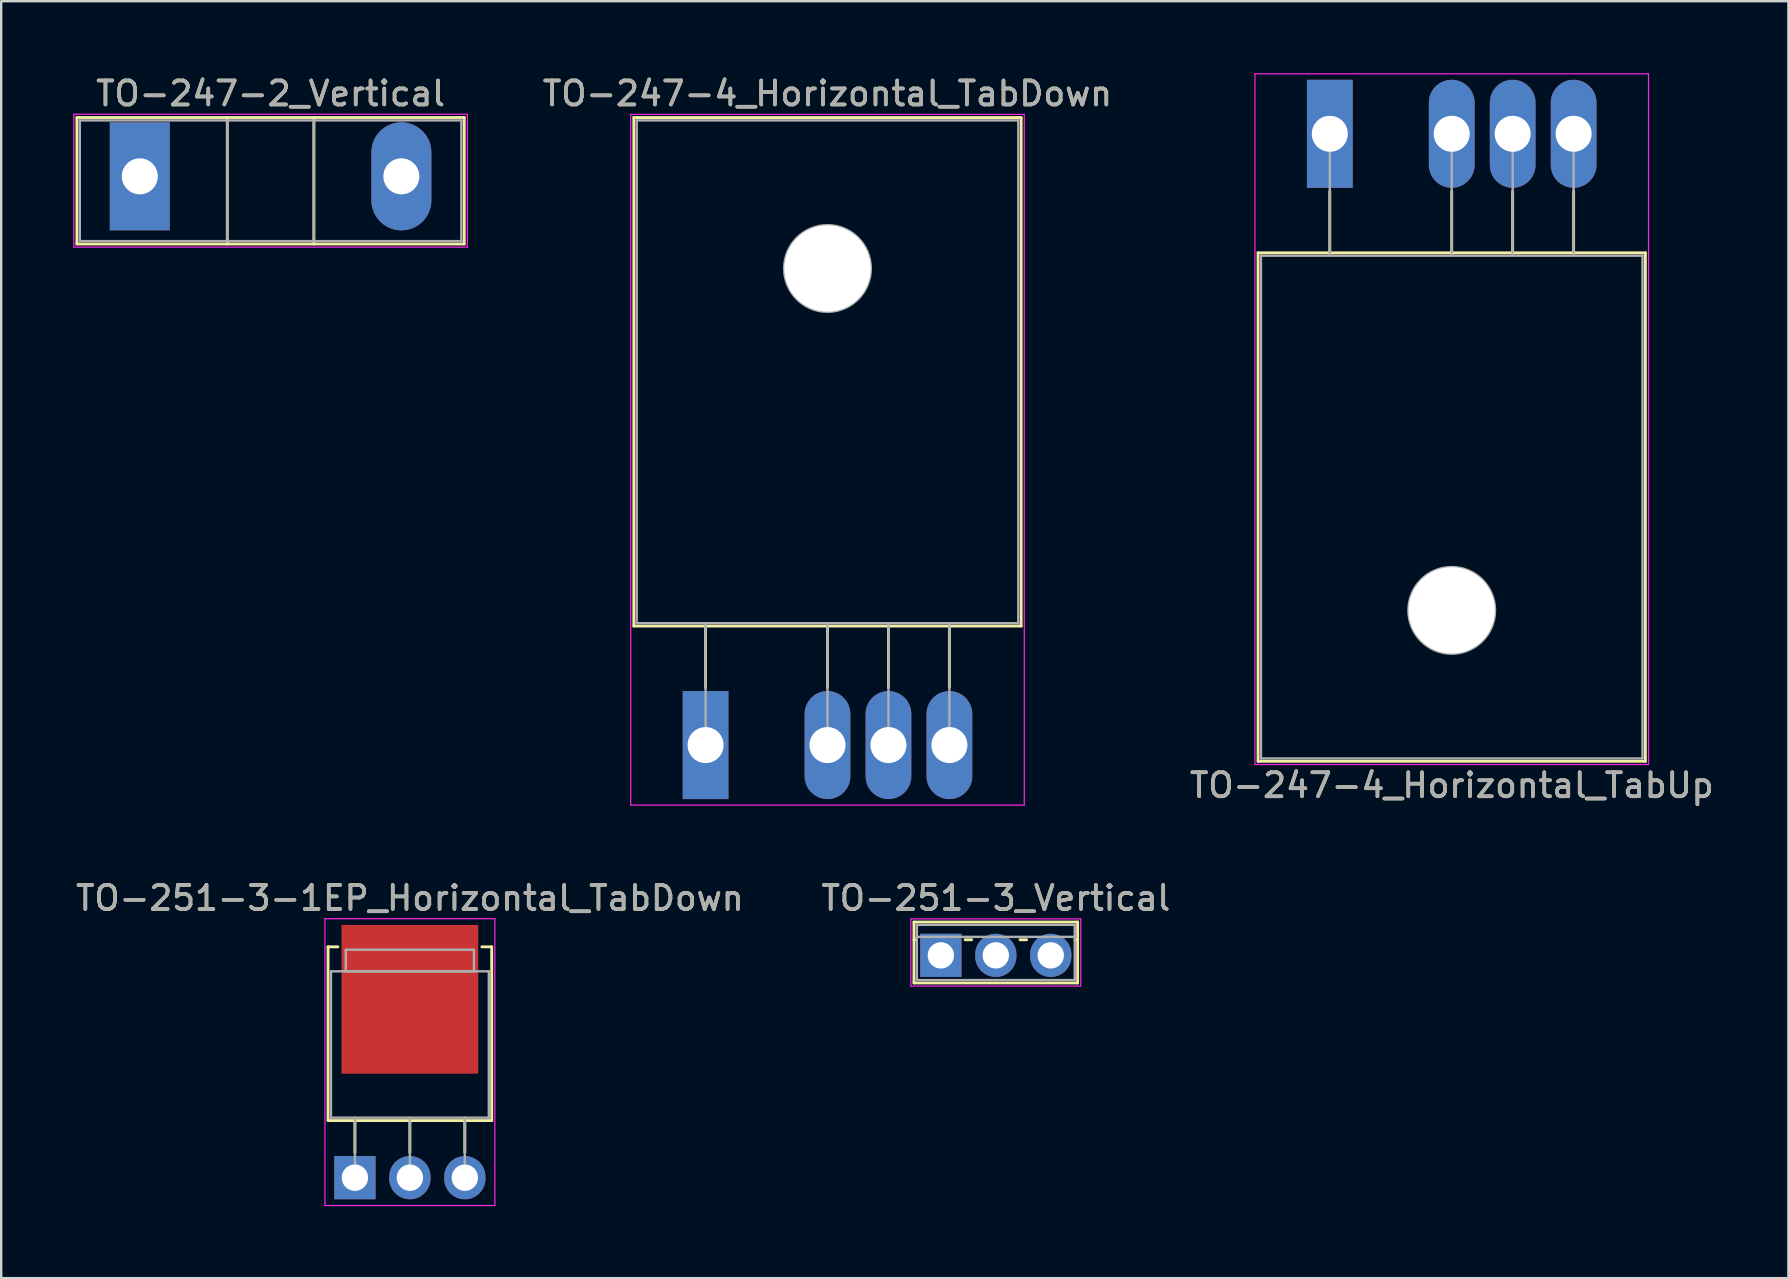
<source format=kicad_pcb>
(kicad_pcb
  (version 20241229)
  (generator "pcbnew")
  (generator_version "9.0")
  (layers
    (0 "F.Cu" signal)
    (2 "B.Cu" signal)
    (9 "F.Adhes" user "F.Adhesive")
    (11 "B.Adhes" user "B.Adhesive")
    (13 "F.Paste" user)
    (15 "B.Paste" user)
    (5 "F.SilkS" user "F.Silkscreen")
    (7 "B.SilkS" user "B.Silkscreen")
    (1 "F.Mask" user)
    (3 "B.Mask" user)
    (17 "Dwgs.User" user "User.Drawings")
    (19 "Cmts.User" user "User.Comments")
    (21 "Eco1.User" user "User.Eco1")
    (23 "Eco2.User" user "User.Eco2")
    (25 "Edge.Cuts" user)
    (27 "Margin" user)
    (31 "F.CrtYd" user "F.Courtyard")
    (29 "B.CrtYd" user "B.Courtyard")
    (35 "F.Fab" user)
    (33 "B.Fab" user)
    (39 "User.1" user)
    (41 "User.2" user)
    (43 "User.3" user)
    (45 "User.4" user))
  (footprint "TO-247-2_Vertical"
    (layer "F.Cu")
    (at 2.775 4.298)
    (property "Reference" "TO-247-2_Vertical" (at 5.45 -3.45 0) (layer "F.SilkS") (effects (font (size 1 1) (thickness 0.15))))
    (attr through_hole)
    (fp_line (start -2.62 -2.451) (end -2.62 2.82) (stroke (width 0.12) (type solid)) (layer "F.SilkS"))
    (fp_line (start -2.62 -2.451) (end 13.52 -2.451) (stroke (width 0.12) (type solid)) (layer "F.SilkS"))
    (fp_line (start -2.62 2.82) (end 13.52 2.82) (stroke (width 0.12) (type solid)) (layer "F.SilkS"))
    (fp_line (start 3.646 -2.451) (end 3.646 2.82) (stroke (width 0.12) (type solid)) (layer "F.SilkS"))
    (fp_line (start 7.255 -2.451) (end 7.255 2.82) (stroke (width 0.12) (type solid)) (layer "F.SilkS"))
    (fp_line (start 13.52 -2.451) (end 13.52 2.82) (stroke (width 0.12) (type solid)) (layer "F.SilkS"))
    (fp_line (start -2.75 -2.59) (end -2.75 2.95) (stroke (width 0.05) (type solid)) (layer "F.CrtYd"))
    (fp_line (start -2.75 2.95) (end 13.65 2.95) (stroke (width 0.05) (type solid)) (layer "F.CrtYd"))
    (fp_line (start 13.65 -2.59) (end -2.75 -2.59) (stroke (width 0.05) (type solid)) (layer "F.CrtYd"))
    (fp_line (start 13.65 2.95) (end 13.65 -2.59) (stroke (width 0.05) (type solid)) (layer "F.CrtYd"))
    (fp_line (start -2.5 -2.33) (end -2.5 2.7) (stroke (width 0.1) (type solid)) (layer "F.Fab"))
    (fp_line (start -2.5 2.7) (end 13.4 2.7) (stroke (width 0.1) (type solid)) (layer "F.Fab"))
    (fp_line (start 3.645 -2.33) (end 3.645 2.7) (stroke (width 0.1) (type solid)) (layer "F.Fab"))
    (fp_line (start 7.255 -2.33) (end 7.255 2.7) (stroke (width 0.1) (type solid)) (layer "F.Fab"))
    (fp_line (start 13.4 -2.33) (end -2.5 -2.33) (stroke (width 0.1) (type solid)) (layer "F.Fab"))
    (fp_line (start 13.4 2.7) (end 13.4 -2.33) (stroke (width 0.1) (type solid)) (layer "F.Fab"))
    (fp_text user "${REFERENCE}" (at 5.45 -3.45 0) (layer "F.Fab") (effects (font (size 1 1) (thickness 0.15))))
    (pad "1" thru_hole rect (at 0 0) (size 2.5 4.5) (drill 1.5) (layers "*.Cu" "*.Mask"))
    (pad "2" thru_hole oval (at 10.9 0) (size 2.5 4.5) (drill 1.5) (layers "*.Cu" "*.Mask")))
  (footprint "TO-247-4_Horizontal_TabDown"
    (layer "F.Cu")
    (at 26.352 27.998)
    (property "Reference" "TO-247-4_Horizontal_TabDown" (at 5.08 -27.15 0) (layer "F.SilkS") (effects (font (size 1 1) (thickness 0.15))))
    (attr through_hole)
    (fp_line (start -2.99 -26.15) (end -2.99 -4.96) (stroke (width 0.12) (type solid)) (layer "F.SilkS"))
    (fp_line (start -2.99 -26.15) (end 13.15 -26.15) (stroke (width 0.12) (type solid)) (layer "F.SilkS"))
    (fp_line (start -2.99 -4.96) (end 13.15 -4.96) (stroke (width 0.12) (type solid)) (layer "F.SilkS"))
    (fp_line (start 0 -4.96) (end 0 -2.4) (stroke (width 0.12) (type solid)) (layer "F.SilkS"))
    (fp_line (start 5.08 -4.96) (end 5.08 -2.4) (stroke (width 0.12) (type solid)) (layer "F.SilkS"))
    (fp_line (start 7.62 -4.96) (end 7.62 -2.4) (stroke (width 0.12) (type solid)) (layer "F.SilkS"))
    (fp_line (start 10.16 -4.96) (end 10.16 -2.4) (stroke (width 0.12) (type solid)) (layer "F.SilkS"))
    (fp_line (start 13.15 -26.15) (end 13.15 -4.96) (stroke (width 0.12) (type solid)) (layer "F.SilkS"))
    (fp_line (start -3.12 -26.28) (end -3.12 2.5) (stroke (width 0.05) (type solid)) (layer "F.CrtYd"))
    (fp_line (start -3.12 2.5) (end 13.28 2.5) (stroke (width 0.05) (type solid)) (layer "F.CrtYd"))
    (fp_line (start 13.28 -26.28) (end -3.12 -26.28) (stroke (width 0.05) (type solid)) (layer "F.CrtYd"))
    (fp_line (start 13.28 2.5) (end 13.28 -26.28) (stroke (width 0.05) (type solid)) (layer "F.CrtYd"))
    (fp_line (start -2.87 -26.03) (end 13.03 -26.03) (stroke (width 0.1) (type solid)) (layer "F.Fab"))
    (fp_line (start -2.87 -5.08) (end -2.87 -26.03) (stroke (width 0.1) (type solid)) (layer "F.Fab"))
    (fp_line (start 0 -5.08) (end 0 0) (stroke (width 0.1) (type solid)) (layer "F.Fab"))
    (fp_line (start 5.08 -5.08) (end 5.08 0) (stroke (width 0.1) (type solid)) (layer "F.Fab"))
    (fp_line (start 7.62 -5.08) (end 7.62 0) (stroke (width 0.1) (type solid)) (layer "F.Fab"))
    (fp_line (start 10.16 -5.08) (end 10.16 0) (stroke (width 0.1) (type solid)) (layer "F.Fab"))
    (fp_line (start 13.03 -26.03) (end 13.03 -5.08) (stroke (width 0.1) (type solid)) (layer "F.Fab"))
    (fp_line (start 13.03 -5.08) (end -2.87 -5.08) (stroke (width 0.1) (type solid)) (layer "F.Fab"))
    (fp_circle (center 5.08 -19.86) (end 6.885 -19.86) (stroke (width 0.1) (type solid)) (fill no) (layer "F.Fab"))
    (fp_text user "${REFERENCE}" (at 5.08 -27.15 0) (layer "F.Fab") (effects (font (size 1 1) (thickness 0.15))))
    (pad "" np_thru_hole oval (at 5.08 -19.86) (size 3.6 3.6) (drill 3.6) (layers "*.Cu" "*.Mask"))
    (pad "1" thru_hole rect (at 0 0) (size 1.905 4.5) (drill 1.5) (layers "*.Cu" "*.Mask"))
    (pad "2" thru_hole oval (at 5.08 0) (size 1.905 4.5) (drill 1.5) (layers "*.Cu" "*.Mask"))
    (pad "3" thru_hole oval (at 7.62 0) (size 1.905 4.5) (drill 1.5) (layers "*.Cu" "*.Mask"))
    (pad "4" thru_hole oval (at 10.16 0) (size 1.905 4.5) (drill 1.5) (layers "*.Cu" "*.Mask")))
  (footprint "TO-247-4_Horizontal_TabUp"
    (layer "F.Cu")
    (at 52.364 2.525)
    (property "Reference" "TO-247-4_Horizontal_TabUp" (at 5.08 27.15 0) (layer "F.SilkS") (effects (font (size 1 1) (thickness 0.15))))
    (attr through_hole)
    (fp_line (start -2.99 4.96) (end -2.99 26.15) (stroke (width 0.12) (type solid)) (layer "F.SilkS"))
    (fp_line (start -2.99 4.96) (end 13.15 4.96) (stroke (width 0.12) (type solid)) (layer "F.SilkS"))
    (fp_line (start -2.99 26.15) (end 13.15 26.15) (stroke (width 0.12) (type solid)) (layer "F.SilkS"))
    (fp_line (start 0 2.4) (end 0 4.96) (stroke (width 0.12) (type solid)) (layer "F.SilkS"))
    (fp_line (start 5.08 2.4) (end 5.08 4.96) (stroke (width 0.12) (type solid)) (layer "F.SilkS"))
    (fp_line (start 7.62 2.4) (end 7.62 4.96) (stroke (width 0.12) (type solid)) (layer "F.SilkS"))
    (fp_line (start 10.16 2.4) (end 10.16 4.96) (stroke (width 0.12) (type solid)) (layer "F.SilkS"))
    (fp_line (start 13.15 4.96) (end 13.15 26.15) (stroke (width 0.12) (type solid)) (layer "F.SilkS"))
    (fp_line (start -3.12 -2.5) (end -3.12 26.28) (stroke (width 0.05) (type solid)) (layer "F.CrtYd"))
    (fp_line (start -3.12 26.28) (end 13.28 26.28) (stroke (width 0.05) (type solid)) (layer "F.CrtYd"))
    (fp_line (start 13.28 -2.5) (end -3.12 -2.5) (stroke (width 0.05) (type solid)) (layer "F.CrtYd"))
    (fp_line (start 13.28 26.28) (end 13.28 -2.5) (stroke (width 0.05) (type solid)) (layer "F.CrtYd"))
    (fp_line (start -2.87 5.08) (end -2.87 26.03) (stroke (width 0.1) (type solid)) (layer "F.Fab"))
    (fp_line (start -2.87 26.03) (end 13.03 26.03) (stroke (width 0.1) (type solid)) (layer "F.Fab"))
    (fp_line (start 0 5.08) (end 0 0) (stroke (width 0.1) (type solid)) (layer "F.Fab"))
    (fp_line (start 5.08 5.08) (end 5.08 0) (stroke (width 0.1) (type solid)) (layer "F.Fab"))
    (fp_line (start 7.62 5.08) (end 7.62 0) (stroke (width 0.1) (type solid)) (layer "F.Fab"))
    (fp_line (start 10.16 5.08) (end 10.16 0) (stroke (width 0.1) (type solid)) (layer "F.Fab"))
    (fp_line (start 13.03 5.08) (end -2.87 5.08) (stroke (width 0.1) (type solid)) (layer "F.Fab"))
    (fp_line (start 13.03 26.03) (end 13.03 5.08) (stroke (width 0.1) (type solid)) (layer "F.Fab"))
    (fp_circle (center 5.08 19.86) (end 6.885 19.86) (stroke (width 0.1) (type solid)) (fill no) (layer "F.Fab"))
    (fp_text user "${REFERENCE}" (at 5.08 27.15 0) (layer "F.Fab") (effects (font (size 1 1) (thickness 0.15))))
    (pad "" np_thru_hole oval (at 5.08 19.86) (size 3.6 3.6) (drill 3.6) (layers "*.Cu" "*.Mask"))
    (pad "1" thru_hole rect (at 0 0) (size 1.905 4.5) (drill 1.5) (layers "*.Cu" "*.Mask"))
    (pad "2" thru_hole oval (at 5.08 0) (size 1.905 4.5) (drill 1.5) (layers "*.Cu" "*.Mask"))
    (pad "3" thru_hole oval (at 7.62 0) (size 1.905 4.5) (drill 1.5) (layers "*.Cu" "*.Mask"))
    (pad "4" thru_hole oval (at 10.16 0) (size 1.905 4.5) (drill 1.5) (layers "*.Cu" "*.Mask")))
  (footprint "TO-251-3_Vertical"
    (layer "F.Cu")
    (at 36.156 36.761)
    (property "Reference" "TO-251-3_Vertical" (at 2.29 -2.39 0) (layer "F.SilkS") (effects (font (size 1 1) (thickness 0.15))))
    (attr through_hole)
    (fp_line (start -1.12 -1.39) (end -1.12 1.15) (stroke (width 0.12) (type solid)) (layer "F.SilkS"))
    (fp_line (start -1.12 -1.39) (end 5.7 -1.39) (stroke (width 0.12) (type solid)) (layer "F.SilkS"))
    (fp_line (start -1.12 -0.651) (end -1.009 -0.651) (stroke (width 0.12) (type solid)) (layer "F.SilkS"))
    (fp_line (start -1.12 1.15) (end 5.7 1.15) (stroke (width 0.12) (type solid)) (layer "F.SilkS"))
    (fp_line (start 1.009 -0.651) (end 1.282 -0.651) (stroke (width 0.12) (type solid)) (layer "F.SilkS"))
    (fp_line (start 3.299 -0.651) (end 3.572 -0.651) (stroke (width 0.12) (type solid)) (layer "F.SilkS"))
    (fp_line (start 5.589 -0.651) (end 5.7 -0.651) (stroke (width 0.12) (type solid)) (layer "F.SilkS"))
    (fp_line (start 5.7 -1.39) (end 5.7 1.15) (stroke (width 0.12) (type solid)) (layer "F.SilkS"))
    (fp_line (start -1.25 -1.52) (end -1.25 1.28) (stroke (width 0.05) (type solid)) (layer "F.CrtYd"))
    (fp_line (start -1.25 1.28) (end 5.83 1.28) (stroke (width 0.05) (type solid)) (layer "F.CrtYd"))
    (fp_line (start 5.83 -1.52) (end -1.25 -1.52) (stroke (width 0.05) (type solid)) (layer "F.CrtYd"))
    (fp_line (start 5.83 1.28) (end 5.83 -1.52) (stroke (width 0.05) (type solid)) (layer "F.CrtYd"))
    (fp_line (start -1 -1.27) (end -1 1.03) (stroke (width 0.1) (type solid)) (layer "F.Fab"))
    (fp_line (start -1 -0.77) (end 5.58 -0.77) (stroke (width 0.1) (type solid)) (layer "F.Fab"))
    (fp_line (start -1 1.03) (end 5.58 1.03) (stroke (width 0.1) (type solid)) (layer "F.Fab"))
    (fp_line (start 5.58 -1.27) (end -1 -1.27) (stroke (width 0.1) (type solid)) (layer "F.Fab"))
    (fp_line (start 5.58 1.03) (end 5.58 -1.27) (stroke (width 0.1) (type solid)) (layer "F.Fab"))
    (fp_text user "${REFERENCE}" (at 2.29 -2.39 0) (layer "F.Fab") (effects (font (size 1 1) (thickness 0.15))))
    (pad "1" thru_hole rect (at 0 0) (size 1.718 1.8) (drill 1.1) (layers "*.Cu" "*.Mask"))
    (pad "2" thru_hole oval (at 2.29 0) (size 1.718 1.8) (drill 1.1) (layers "*.Cu" "*.Mask"))
    (pad "3" thru_hole oval (at 4.58 0) (size 1.718 1.8) (drill 1.1) (layers "*.Cu" "*.Mask")))
  (footprint "TO-251-3-1EP_Horizontal_TabDown"
    (layer "F.Cu")
    (at 11.74 46.025)
    (property "Reference" "TO-251-3-1EP_Horizontal_TabDown" (at 2.29 -11.653 0) (layer "F.SilkS") (effects (font (size 1 1) (thickness 0.15))))
    (attr through_hole)
    (fp_line (start -1.12 -9.62) (end -1.12 -2.38) (stroke (width 0.12) (type solid)) (layer "F.SilkS"))
    (fp_line (start -1.12 -9.62) (end -0.711 -9.62) (stroke (width 0.12) (type solid)) (layer "F.SilkS"))
    (fp_line (start -1.12 -2.38) (end 5.7 -2.38) (stroke (width 0.12) (type solid)) (layer "F.SilkS"))
    (fp_line (start 0 -2.38) (end 0 -1.05) (stroke (width 0.12) (type solid)) (layer "F.SilkS"))
    (fp_line (start 2.29 -2.38) (end 2.29 -1.05) (stroke (width 0.12) (type solid)) (layer "F.SilkS"))
    (fp_line (start 4.58 -2.38) (end 4.58 -1.05) (stroke (width 0.12) (type solid)) (layer "F.SilkS"))
    (fp_line (start 5.291 -9.62) (end 5.7 -9.62) (stroke (width 0.12) (type solid)) (layer "F.SilkS"))
    (fp_line (start 5.7 -9.62) (end 5.7 -2.38) (stroke (width 0.12) (type solid)) (layer "F.SilkS"))
    (fp_line (start -1.25 -10.79) (end -1.25 1.16) (stroke (width 0.05) (type solid)) (layer "F.CrtYd"))
    (fp_line (start -1.25 1.16) (end 5.83 1.16) (stroke (width 0.05) (type solid)) (layer "F.CrtYd"))
    (fp_line (start 5.83 -10.79) (end -1.25 -10.79) (stroke (width 0.05) (type solid)) (layer "F.CrtYd"))
    (fp_line (start 5.83 1.16) (end 5.83 -10.79) (stroke (width 0.05) (type solid)) (layer "F.CrtYd"))
    (fp_line (start -1 -8.6) (end 5.58 -8.6) (stroke (width 0.1) (type solid)) (layer "F.Fab"))
    (fp_line (start -1 -2.5) (end -1 -8.6) (stroke (width 0.1) (type solid)) (layer "F.Fab"))
    (fp_line (start -0.38 -9.5) (end 4.96 -9.5) (stroke (width 0.1) (type solid)) (layer "F.Fab"))
    (fp_line (start -0.38 -8.6) (end -0.38 -9.5) (stroke (width 0.1) (type solid)) (layer "F.Fab"))
    (fp_line (start 0 -2.5) (end 0 0) (stroke (width 0.1) (type solid)) (layer "F.Fab"))
    (fp_line (start 2.29 -2.5) (end 2.29 0) (stroke (width 0.1) (type solid)) (layer "F.Fab"))
    (fp_line (start 4.58 -2.5) (end 4.58 0) (stroke (width 0.1) (type solid)) (layer "F.Fab"))
    (fp_line (start 4.96 -9.5) (end 4.96 -8.6) (stroke (width 0.1) (type solid)) (layer "F.Fab"))
    (fp_line (start 4.96 -8.6) (end -0.38 -8.6) (stroke (width 0.1) (type solid)) (layer "F.Fab"))
    (fp_line (start 5.58 -8.6) (end 5.58 -2.5) (stroke (width 0.1) (type solid)) (layer "F.Fab"))
    (fp_line (start 5.58 -2.5) (end -1 -2.5) (stroke (width 0.1) (type solid)) (layer "F.Fab"))
    (fp_text user "${REFERENCE}" (at 2.29 -11.653 0) (layer "F.Fab") (effects (font (size 1 1) (thickness 0.15))))
    (pad "1" thru_hole rect (at 0 0) (size 1.718 1.8) (drill 1.1) (layers "*.Cu" "*.Mask"))
    (pad "2" thru_hole oval (at 2.29 0) (size 1.718 1.8) (drill 1.1) (layers "*.Cu" "*.Mask"))
    (pad "3" thru_hole oval (at 4.58 0) (size 1.718 1.8) (drill 1.1) (layers "*.Cu" "*.Mask"))
    (pad "4" smd rect (at 2.29 -7.433) (size 5.7 6.2) (layers "F.Cu" "F.Mask" "F.Paste")))
  (gr_rect
    (start -3 -3)
    (end 71.474 50.21)
    (stroke (width 0.1) (type default))
    (fill no)
    (layer "Edge.Cuts")))
</source>
